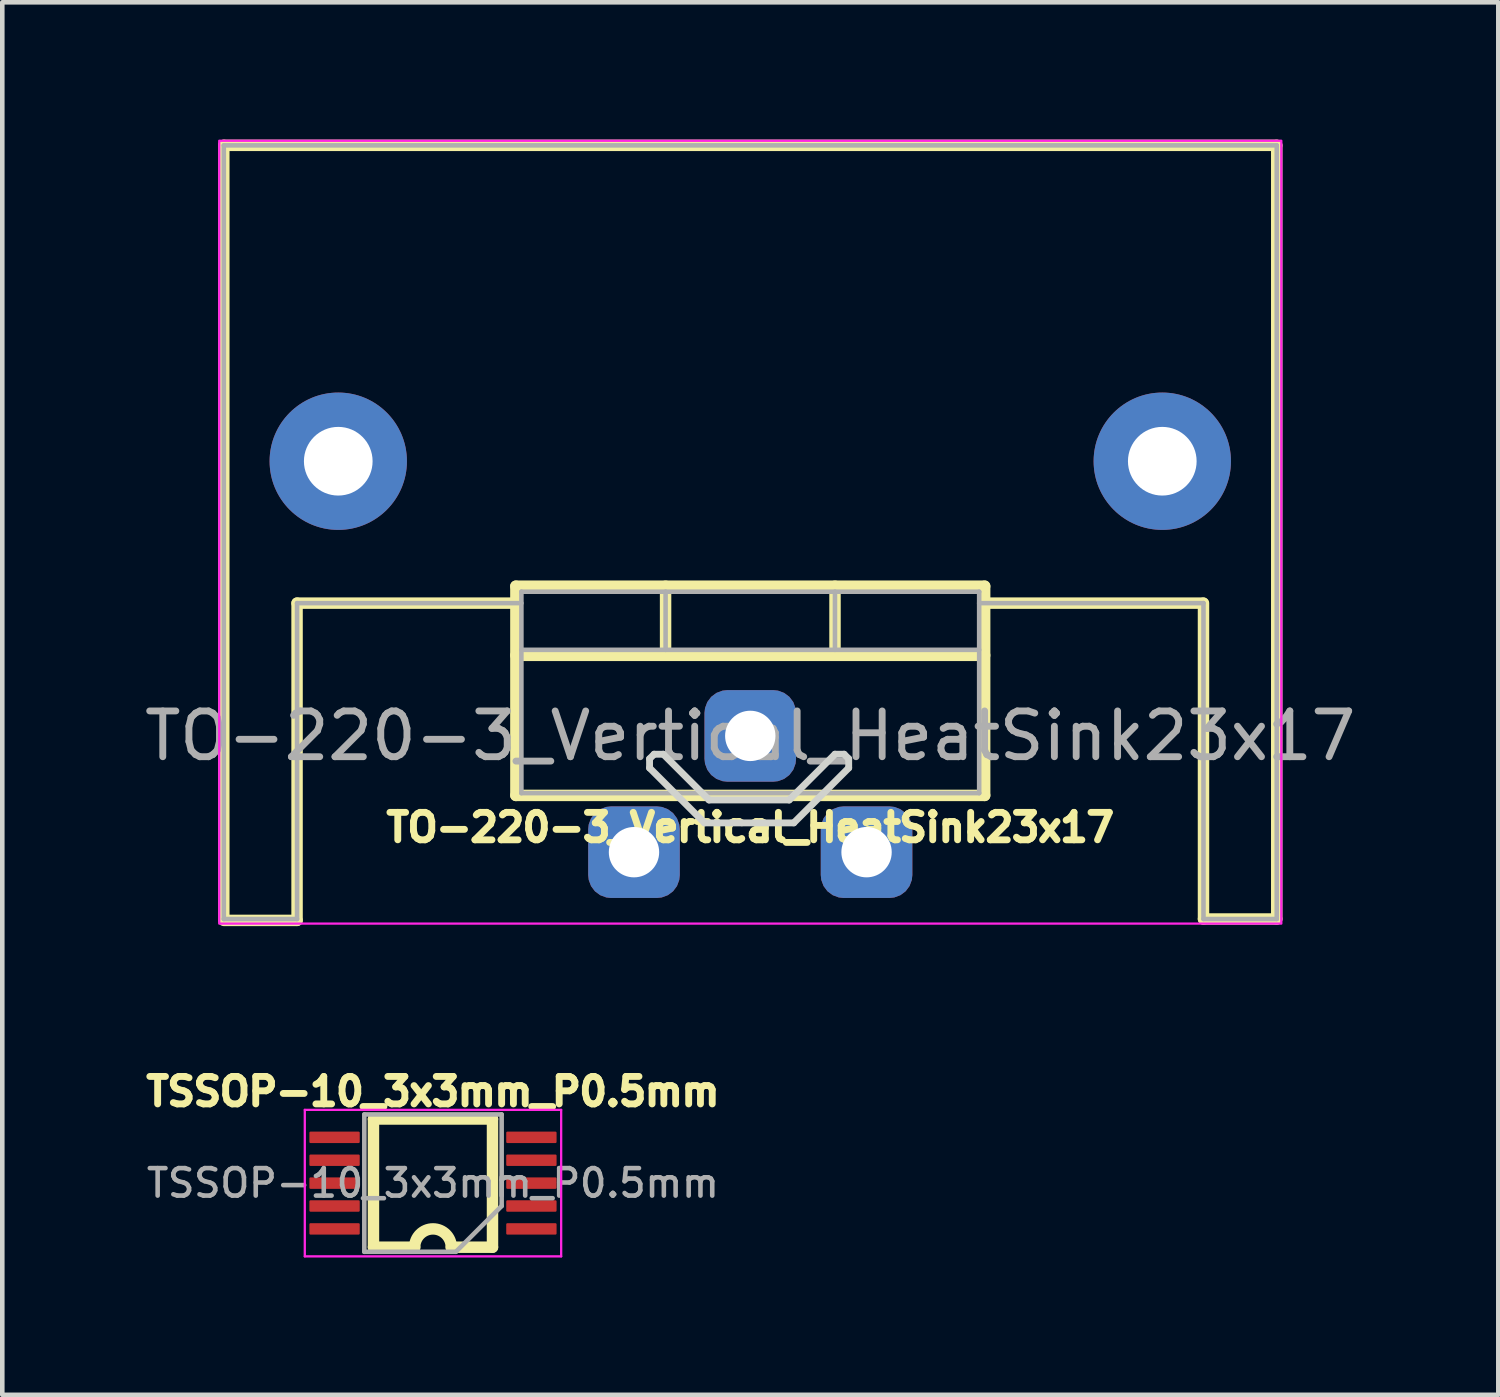
<source format=kicad_pcb>
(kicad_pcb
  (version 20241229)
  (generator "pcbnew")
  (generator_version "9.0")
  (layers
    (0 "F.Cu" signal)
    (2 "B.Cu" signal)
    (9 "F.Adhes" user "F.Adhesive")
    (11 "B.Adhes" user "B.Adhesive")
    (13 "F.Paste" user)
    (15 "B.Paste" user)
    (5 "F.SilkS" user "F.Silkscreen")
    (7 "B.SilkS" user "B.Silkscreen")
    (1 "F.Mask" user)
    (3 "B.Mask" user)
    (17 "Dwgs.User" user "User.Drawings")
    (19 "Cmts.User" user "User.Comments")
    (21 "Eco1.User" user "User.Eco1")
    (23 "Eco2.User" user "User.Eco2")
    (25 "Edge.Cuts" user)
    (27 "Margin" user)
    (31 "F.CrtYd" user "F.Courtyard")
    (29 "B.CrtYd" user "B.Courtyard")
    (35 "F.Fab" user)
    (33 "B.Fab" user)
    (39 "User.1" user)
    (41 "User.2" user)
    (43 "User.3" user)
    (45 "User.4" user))
  (footprint "TSSOP-10_3x3mm_P0.5mm"
    (layer "F.Cu")
    (at 6.408 22.794)
    (property "Reference" "TSSOP-10_3x3mm_P0.5mm" (at 0 -2 0) (layer "F.SilkS") (effects (font (size 0.6 0.6) (thickness 0.15))))
    (attr smd)
    (fp_line (start -1.3 -1.4) (end -1.3 1.4) (stroke (width 0.25) (type default)) (layer "F.SilkS"))
    (fp_line (start -0.4 1.4) (end -1.3 1.4) (stroke (width 0.25) (type default)) (layer "F.SilkS"))
    (fp_line (start 0.4 1.4) (end 1.3 1.4) (stroke (width 0.25) (type default)) (layer "F.SilkS"))
    (fp_line (start 1.3 -1.4) (end -1.3 -1.4) (stroke (width 0.25) (type default)) (layer "F.SilkS"))
    (fp_line (start 1.3 1.4) (end 1.3 -1.4) (stroke (width 0.25) (type default)) (layer "F.SilkS"))
    (fp_arc (start -0.4 1.4) (mid 0 1) (end 0.4 1.4) (stroke (width 0.25) (type default)) (layer "F.SilkS"))
    (fp_line (start -2.8 1.6) (end -2.8 -1.6) (stroke (width 0.05) (type solid)) (layer "F.CrtYd"))
    (fp_line (start 2.8 -1.6) (end -2.8 -1.6) (stroke (width 0.05) (type solid)) (layer "F.CrtYd"))
    (fp_line (start 2.8 1.6) (end -2.8 1.6) (stroke (width 0.05) (type solid)) (layer "F.CrtYd"))
    (fp_line (start 2.8 1.6) (end 2.8 -1.6) (stroke (width 0.05) (type solid)) (layer "F.CrtYd"))
    (fp_line (start -1.5 -1.5) (end 1.5 -1.5) (stroke (width 0.1) (type solid)) (layer "F.Fab"))
    (fp_line (start -1.5 1.5) (end -1.5 -1.5) (stroke (width 0.1) (type solid)) (layer "F.Fab"))
    (fp_line (start 0.5 1.5) (end -1.5 1.5) (stroke (width 0.1) (type solid)) (layer "F.Fab"))
    (fp_line (start 1.5 -1.5) (end 1.5 0.5) (stroke (width 0.1) (type solid)) (layer "F.Fab"))
    (fp_line (start 1.5 0.5) (end 0.5 1.5) (stroke (width 0.1) (type solid)) (layer "F.Fab"))
    (fp_text user "${REFERENCE}" (at 0 0 0) (layer "F.Fab") (effects (font (size 0.6 0.6) (thickness 0.1))))
    (pad "1" smd roundrect (at 2.15 1 180) (size 1.1 0.25) (layers "F.Cu" "F.Mask" "F.Paste") (roundrect_rratio 0.1))
    (pad "2" smd roundrect (at 2.15 0.5 180) (size 1.1 0.25) (layers "F.Cu" "F.Mask" "F.Paste") (roundrect_rratio 0.1))
    (pad "3" smd roundrect (at 2.15 0 180) (size 1.1 0.25) (layers "F.Cu" "F.Mask" "F.Paste") (roundrect_rratio 0.1))
    (pad "4" smd roundrect (at 2.15 -0.5 180) (size 1.1 0.25) (layers "F.Cu" "F.Mask" "F.Paste") (roundrect_rratio 0.1))
    (pad "5" smd roundrect (at 2.15 -1 180) (size 1.1 0.25) (layers "F.Cu" "F.Mask" "F.Paste") (roundrect_rratio 0.1))
    (pad "6" smd roundrect (at -2.15 -1 180) (size 1.1 0.25) (layers "F.Cu" "F.Mask" "F.Paste") (roundrect_rratio 0.1))
    (pad "7" smd roundrect (at -2.15 -0.5 180) (size 1.1 0.25) (layers "F.Cu" "F.Mask" "F.Paste") (roundrect_rratio 0.1))
    (pad "8" smd roundrect (at -2.15 0 180) (size 1.1 0.25) (layers "F.Cu" "F.Mask" "F.Paste") (roundrect_rratio 0.1))
    (pad "9" smd roundrect (at -2.15 0.5 180) (size 1.1 0.25) (layers "F.Cu" "F.Mask" "F.Paste") (roundrect_rratio 0.1))
    (pad "10" smd roundrect (at -2.15 1 180) (size 1.1 0.25) (layers "F.Cu" "F.Mask" "F.Paste") (roundrect_rratio 0.1)))
  (footprint "TO-220-3_Vertical_HeatSink23x17"
    (layer "F.Cu")
    (at 13.339 13.025)
    (property "Reference" "TO-220-3_Vertical_HeatSink23x17" (at 0 2 0) (layer "F.SilkS") (effects (font (size 0.6 0.6) (thickness 0.15))))
    (attr through_hole)
    (fp_line (start -11.5 -12.9) (end 11.5 -12.9) (stroke (width 0.25) (type default)) (layer "F.SilkS"))
    (fp_line (start -11.5 4) (end -11.5 -12.9) (stroke (width 0.25) (type default)) (layer "F.SilkS"))
    (fp_line (start -9.9 4.03) (end -11.5 4.03) (stroke (width 0.25) (type default)) (layer "F.SilkS"))
    (fp_line (start -9.9 4.03) (end -9.9 -2.9) (stroke (width 0.25) (type default)) (layer "F.SilkS"))
    (fp_line (start -5.12 -3.27) (end -5.12 1.3) (stroke (width 0.25) (type solid)) (layer "F.SilkS"))
    (fp_line (start -5.12 -3.27) (end 5.12 -3.27) (stroke (width 0.25) (type solid)) (layer "F.SilkS"))
    (fp_line (start -5.12 -2.9) (end -9.9 -2.9) (stroke (width 0.25) (type default)) (layer "F.SilkS"))
    (fp_line (start -5.12 -1.76) (end 5.12 -1.76) (stroke (width 0.25) (type solid)) (layer "F.SilkS"))
    (fp_line (start -5.12 1.3) (end 5.12 1.3) (stroke (width 0.25) (type solid)) (layer "F.SilkS"))
    (fp_line (start -1.85 -3.27) (end -1.85 -1.76) (stroke (width 0.25) (type solid)) (layer "F.SilkS"))
    (fp_line (start 1.851 -3.27) (end 1.851 -1.76) (stroke (width 0.25) (type solid)) (layer "F.SilkS"))
    (fp_line (start 5.12 -3.27) (end 5.12 1.3) (stroke (width 0.25) (type solid)) (layer "F.SilkS"))
    (fp_line (start 9.89 -2.9) (end 5.11 -2.9) (stroke (width 0.25) (type default)) (layer "F.SilkS"))
    (fp_line (start 9.9 4) (end 9.9 -2.9) (stroke (width 0.25) (type default)) (layer "F.SilkS"))
    (fp_line (start 11.5 -12.9) (end 11.5 4) (stroke (width 0.25) (type default)) (layer "F.SilkS"))
    (fp_line (start 11.5 4) (end 9.9 4) (stroke (width 0.25) (type default)) (layer "F.SilkS"))
    (fp_line (start -2.2 0.5) (end -2.2 0.7) (stroke (width 0.15) (type default)) (layer "Edge.Cuts"))
    (fp_line (start -2.1 0.4) (end -2.2 0.5) (stroke (width 0.15) (type default)) (layer "Edge.Cuts"))
    (fp_line (start -2.1 0.4) (end -1.9 0.4) (stroke (width 0.15) (type default)) (layer "Edge.Cuts"))
    (fp_line (start -1 1.9) (end -2.2 0.7) (stroke (width 0.15) (type default)) (layer "Edge.Cuts"))
    (fp_line (start -1 1.9) (end 0.95 1.9) (stroke (width 0.15) (type default)) (layer "Edge.Cuts"))
    (fp_line (start -0.9 1.4) (end -1.9 0.4) (stroke (width 0.15) (type default)) (layer "Edge.Cuts"))
    (fp_line (start 0.85 1.4) (end -0.9 1.4) (stroke (width 0.15) (type default)) (layer "Edge.Cuts"))
    (fp_line (start 0.85 1.4) (end 1.85 0.4) (stroke (width 0.15) (type default)) (layer "Edge.Cuts"))
    (fp_line (start 0.95 1.9) (end 2.15 0.7) (stroke (width 0.15) (type default)) (layer "Edge.Cuts"))
    (fp_line (start 1.85 0.4) (end 2.05 0.4) (stroke (width 0.15) (type default)) (layer "Edge.Cuts"))
    (fp_line (start 2.05 0.4) (end 2.15 0.5) (stroke (width 0.15) (type default)) (layer "Edge.Cuts"))
    (fp_line (start 2.15 0.7) (end 2.15 0.5) (stroke (width 0.15) (type default)) (layer "Edge.Cuts"))
    (fp_rect (start -11.6 -13) (end 11.6 4.1) (stroke (width 0.05) (type default)) (fill no) (layer "F.CrtYd"))
    (fp_line (start -11.5 -12.9) (end 11.5 -12.9) (stroke (width 0.1) (type default)) (layer "F.Fab"))
    (fp_line (start -11.5 4) (end -11.5 -12.9) (stroke (width 0.1) (type default)) (layer "F.Fab"))
    (fp_line (start -9.9 -2.9) (end -9.9 4) (stroke (width 0.1) (type default)) (layer "F.Fab"))
    (fp_line (start -9.9 4) (end -11.5 4) (stroke (width 0.1) (type default)) (layer "F.Fab"))
    (fp_line (start -5 -3.15) (end -5 1.25) (stroke (width 0.1) (type solid)) (layer "F.Fab"))
    (fp_line (start -5 -2.9) (end -9.9 -2.9) (stroke (width 0.1) (type default)) (layer "F.Fab"))
    (fp_line (start -5 -1.88) (end 5 -1.88) (stroke (width 0.1) (type solid)) (layer "F.Fab"))
    (fp_line (start -5 1.25) (end 5 1.25) (stroke (width 0.1) (type solid)) (layer "F.Fab"))
    (fp_line (start -1.85 -3.15) (end -1.85 -1.88) (stroke (width 0.1) (type solid)) (layer "F.Fab"))
    (fp_line (start 1.85 -3.15) (end 1.85 -1.88) (stroke (width 0.1) (type solid)) (layer "F.Fab"))
    (fp_line (start 5 -3.15) (end -5 -3.15) (stroke (width 0.1) (type solid)) (layer "F.Fab"))
    (fp_line (start 5 1.25) (end 5 -3.15) (stroke (width 0.1) (type solid)) (layer "F.Fab"))
    (fp_line (start 9.9 -2.9) (end 5 -2.9) (stroke (width 0.1) (type default)) (layer "F.Fab"))
    (fp_line (start 9.9 4) (end 9.9 -2.9) (stroke (width 0.1) (type default)) (layer "F.Fab"))
    (fp_line (start 11.5 -12.9) (end 11.5 4) (stroke (width 0.1) (type default)) (layer "F.Fab"))
    (fp_line (start 11.5 4) (end 9.9 4) (stroke (width 0.1) (type default)) (layer "F.Fab"))
    (fp_text user "${REFERENCE}" (at 0 0 0) (layer "F.Fab") (effects (font (size 1 1) (thickness 0.15))))
    (pad "" thru_hole oval (at -9 -6) (size 3 3) (drill 1.5) (layers "*.Cu" "*.Mask"))
    (pad "" thru_hole oval (at 9 -6) (size 3 3) (drill 1.5) (layers "*.Cu" "*.Mask"))
    (pad "1" thru_hole roundrect (at -2.54 2.54) (size 2 2) (drill 1.1) (layers "*.Cu" "*.Mask") (roundrect_rratio 0.25))
    (pad "2" thru_hole roundrect (at 0 0) (size 2 2) (drill 1.1) (layers "*.Cu" "*.Mask") (roundrect_rratio 0.25))
    (pad "3" thru_hole roundrect (at 2.54 2.54) (size 2 2) (drill 1.1) (layers "*.Cu" "*.Mask") (roundrect_rratio 0.25)))
  (gr_rect
    (start -3 -3)
    (end 29.679 27.419)
    (stroke (width 0.1) (type default))
    (fill no)
    (layer "Edge.Cuts")))
</source>
